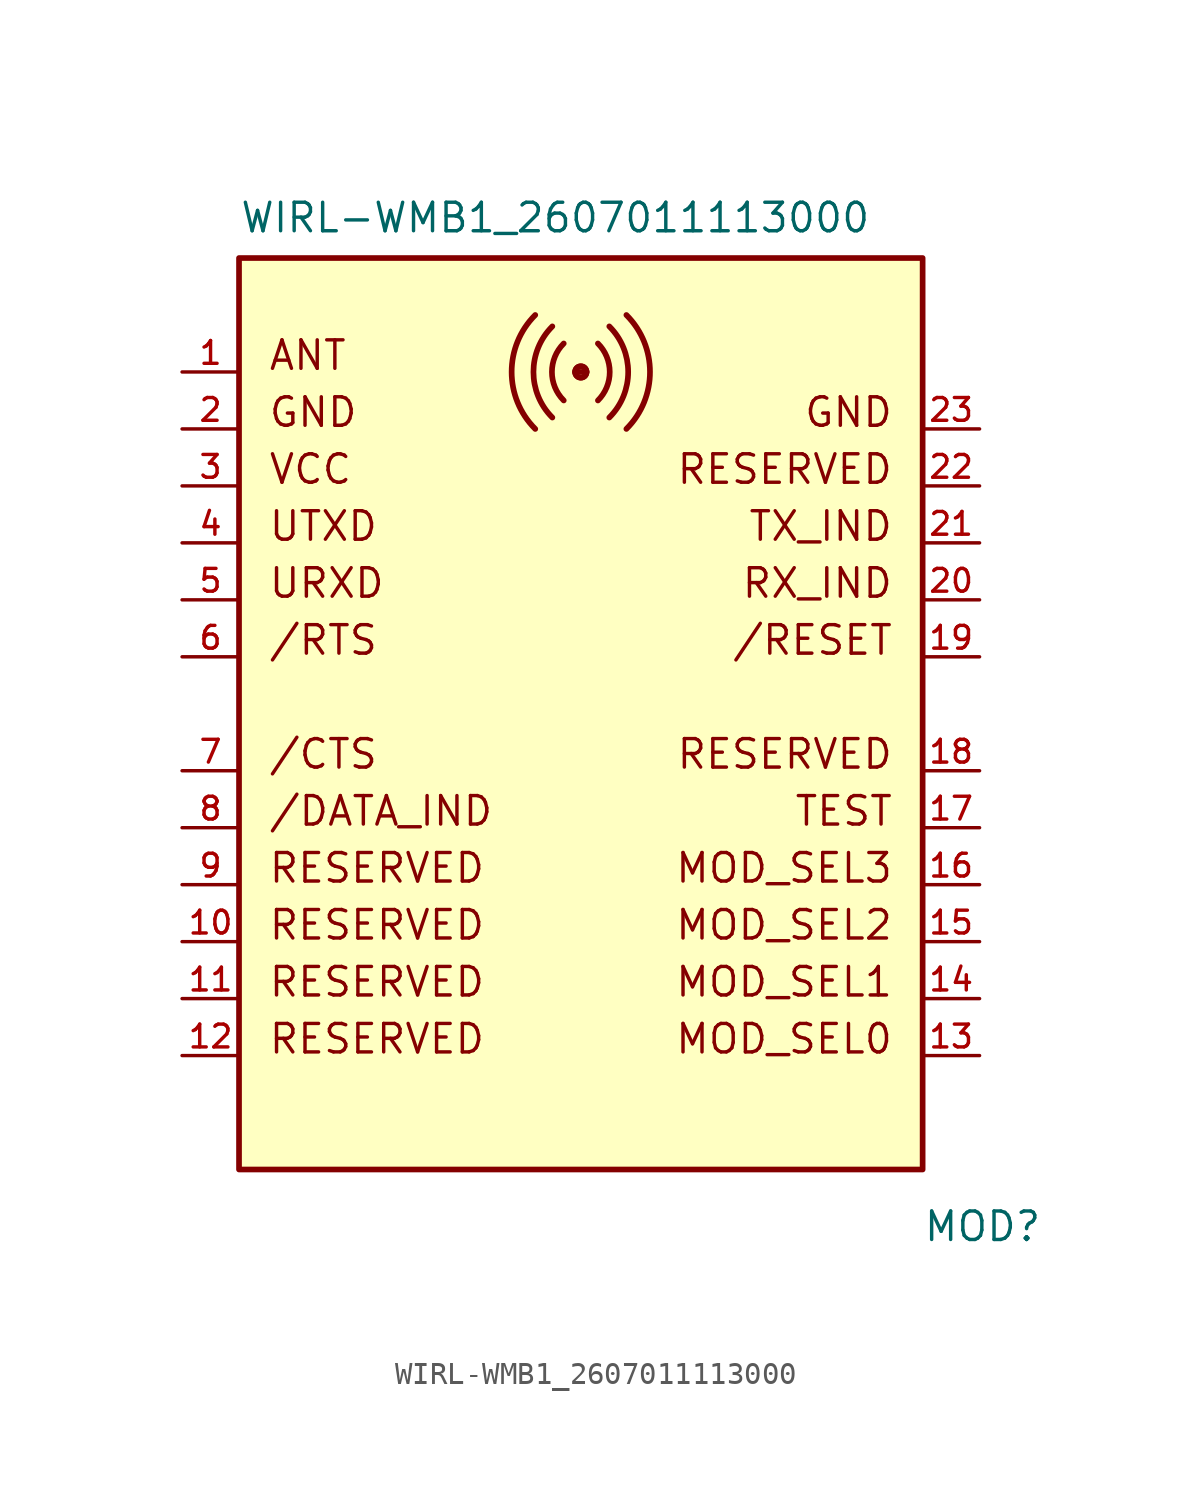
<source format=kicad_sym>
(kicad_symbol_lib
  (version 20211014)
  (generator kicad_symbol_editor)
  (symbol "WIRL-WMB1_2607011113000"
    (pin_names
      (offset 1.016))
    (property "Reference" "MOD"
      (at 15.24 -22.86 0.0)
      (effects (font (size 1.27 1.27)) (justify left)))
    (property "Value" "WIRL-WMB1_2607011113000"
      (at -15.24 22.86 0)
      (effects (font (size 1.27 1.27)) (justify top left)))
    (symbol "WIRL-WMB1_2607011113000_0_0"
      (text "ANT" (at -13.97 15.24 0) (effects (font (size 1.27 1.27)) (justify bottom left)))
      (text "GND" (at -13.97 12.7 0) (effects (font (size 1.27 1.27)) (justify bottom left)))
      (text "VCC" (at -13.97 10.16 0) (effects (font (size 1.27 1.27)) (justify bottom left)))
      (text "UTXD" (at -13.97 7.62 0) (effects (font (size 1.27 1.27)) (justify bottom left)))
      (text "URXD" (at -13.97 5.08 0) (effects (font (size 1.27 1.27)) (justify bottom left)))
      (text "/RTS" (at -13.97 2.54 0) (effects (font (size 1.27 1.27)) (justify bottom left)))
      (text "/CTS" (at -13.97 -2.54 0) (effects (font (size 1.27 1.27)) (justify bottom left)))
      (text "/DATA_IND" (at -13.97 -5.08 0) (effects (font (size 1.27 1.27)) (justify bottom left)))
      (text "RESERVED" (at -13.97 -7.62 0) (effects (font (size 1.27 1.27)) (justify bottom left)))
      (text "RESERVED" (at -13.97 -10.16 0) (effects (font (size 1.27 1.27)) (justify bottom left)))
      (text "RESERVED" (at -13.97 -12.7 0) (effects (font (size 1.27 1.27)) (justify bottom left)))
      (text "RESERVED" (at -13.97 -15.24 0) (effects (font (size 1.27 1.27)) (justify bottom left)))
      (text "MOD_SEL0" (at 13.97 -15.24 0) (effects (font (size 1.27 1.27)) (justify bottom right)))
      (text "MOD_SEL1" (at 13.97 -12.7 0) (effects (font (size 1.27 1.27)) (justify bottom right)))
      (text "MOD_SEL2" (at 13.97 -10.16 0) (effects (font (size 1.27 1.27)) (justify bottom right)))
      (text "MOD_SEL3" (at 13.97 -7.62 0) (effects (font (size 1.27 1.27)) (justify bottom right)))
      (text "TEST" (at 13.97 -5.08 0) (effects (font (size 1.27 1.27)) (justify bottom right)))
      (text "RESERVED" (at 13.97 -2.54 0) (effects (font (size 1.27 1.27)) (justify bottom right)))
      (text "/RESET" (at 13.97 2.54 0) (effects (font (size 1.27 1.27)) (justify bottom right)))
      (text "RX_IND" (at 13.97 5.08 0) (effects (font (size 1.27 1.27)) (justify bottom right)))
      (text "TX_IND" (at 13.97 7.62 0) (effects (font (size 1.27 1.27)) (justify bottom right)))
      (text "RESERVED" (at 13.97 10.16 0) (effects (font (size 1.27 1.27)) (justify bottom right)))
      (text "GND" (at 13.97 12.7 0) (effects (font (size 1.27 1.27)) (justify bottom right)))
      (circle (center 0.0 15.24) (radius 0.254) (stroke (width 0.254)) (fill (type none)))
      (arc (start -0.762 16.51) (mid -1.2881 15.24) (end -0.762 13.97) (stroke (width 0.254) (type default) (color 0 0 0 0)) (fill (type none)))
      (arc (start -1.27 17.272) (mid -2.1117 15.24) (end -1.27 13.208) (stroke (width 0.254) (type default) (color 0 0 0 0)) (fill (type none)))
      (arc (start -2.032 17.78) (mid -3.0841 15.24) (end -2.032 12.7) (stroke (width 0.254) (type default) (color 0 0 0 0)) (fill (type none)))
      (circle (center 0.0 15.24) (radius 0.254) (stroke (width 0.254)) (fill (type none)))
      (polyline (pts (xy 0.254 15.24) (xy -0.254 15.24)) (stroke (width 0.254)))
      (arc (start 0.762 13.97) (mid 1.2881 15.24) (end 0.762 16.51) (stroke (width 0.254) (type default) (color 0 0 0 0)) (fill (type none)))
      (arc (start 1.27 13.208) (mid 2.1117 15.24) (end 1.27 17.272) (stroke (width 0.254) (type default) (color 0 0 0 0)) (fill (type none)))
      (arc (start 2.032 12.7) (mid 3.0841 15.24) (end 2.032 17.78) (stroke (width 0.254) (type default) (color 0 0 0 0)) (fill (type none)))
      (rectangle (start -15.24 -20.32) (end 15.24 20.32) (stroke (width 0.254)) (fill (type background)))
      (pin passive line (at -17.78 15.24 0) (length 2.54) (name "~" (effects (font (size 1.016 1.016)))) (number "1" (effects (font (size 1.016 1.016)))))
      (pin passive line (at -17.78 12.7 0) (length 2.54) (name "~" (effects (font (size 1.016 1.016)))) (number "2" (effects (font (size 1.016 1.016)))))
      (pin passive line (at -17.78 10.16 0) (length 2.54) (name "~" (effects (font (size 1.016 1.016)))) (number "3" (effects (font (size 1.016 1.016)))))
      (pin output line (at -17.78 7.62 0) (length 2.54) (name "~" (effects (font (size 1.016 1.016)))) (number "4" (effects (font (size 1.016 1.016)))))
      (pin input line (at -17.78 5.08 0) (length 2.54) (name "~" (effects (font (size 1.016 1.016)))) (number "5" (effects (font (size 1.016 1.016)))))
      (pin output line (at -17.78 2.54 0) (length 2.54) (name "~" (effects (font (size 1.016 1.016)))) (number "6" (effects (font (size 1.016 1.016)))))
      (pin input line (at -17.78 -2.54 0) (length 2.54) (name "~" (effects (font (size 1.016 1.016)))) (number "7" (effects (font (size 1.016 1.016)))))
      (pin output line (at -17.78 -5.08 0) (length 2.54) (name "~" (effects (font (size 1.016 1.016)))) (number "8" (effects (font (size 1.016 1.016)))))
      (pin passive line (at -17.78 -7.62 0) (length 2.54) (name "~" (effects (font (size 1.016 1.016)))) (number "9" (effects (font (size 1.016 1.016)))))
      (pin passive line (at -17.78 -10.16 0) (length 2.54) (name "~" (effects (font (size 1.016 1.016)))) (number "10" (effects (font (size 1.016 1.016)))))
      (pin passive line (at -17.78 -12.7 0) (length 2.54) (name "~" (effects (font (size 1.016 1.016)))) (number "11" (effects (font (size 1.016 1.016)))))
      (pin passive line (at -17.78 -15.24 0) (length 2.54) (name "~" (effects (font (size 1.016 1.016)))) (number "12" (effects (font (size 1.016 1.016)))))
      (pin input line (at 17.78 -15.24 180.0) (length 2.54) (name "~" (effects (font (size 1.016 1.016)))) (number "13" (effects (font (size 1.016 1.016)))))
      (pin input line (at 17.78 -12.7 180.0) (length 2.54) (name "~" (effects (font (size 1.016 1.016)))) (number "14" (effects (font (size 1.016 1.016)))))
      (pin input line (at 17.78 -10.16 180.0) (length 2.54) (name "~" (effects (font (size 1.016 1.016)))) (number "15" (effects (font (size 1.016 1.016)))))
      (pin input line (at 17.78 -7.62 180.0) (length 2.54) (name "~" (effects (font (size 1.016 1.016)))) (number "16" (effects (font (size 1.016 1.016)))))
      (pin passive line (at 17.78 -5.08 180.0) (length 2.54) (name "~" (effects (font (size 1.016 1.016)))) (number "17" (effects (font (size 1.016 1.016)))))
      (pin passive line (at 17.78 -2.54 180.0) (length 2.54) (name "~" (effects (font (size 1.016 1.016)))) (number "18" (effects (font (size 1.016 1.016)))))
      (pin input line (at 17.78 2.54 180.0) (length 2.54) (name "~" (effects (font (size 1.016 1.016)))) (number "19" (effects (font (size 1.016 1.016)))))
      (pin output line (at 17.78 5.08 180.0) (length 2.54) (name "~" (effects (font (size 1.016 1.016)))) (number "20" (effects (font (size 1.016 1.016)))))
      (pin output line (at 17.78 7.62 180.0) (length 2.54) (name "~" (effects (font (size 1.016 1.016)))) (number "21" (effects (font (size 1.016 1.016)))))
      (pin passive line (at 17.78 10.16 180.0) (length 2.54) (name "~" (effects (font (size 1.016 1.016)))) (number "22" (effects (font (size 1.016 1.016)))))
      (pin passive line (at 17.78 12.7 180.0) (length 2.54) (name "~" (effects (font (size 1.016 1.016)))) (number "23" (effects (font (size 1.016 1.016))))))))
</source>
